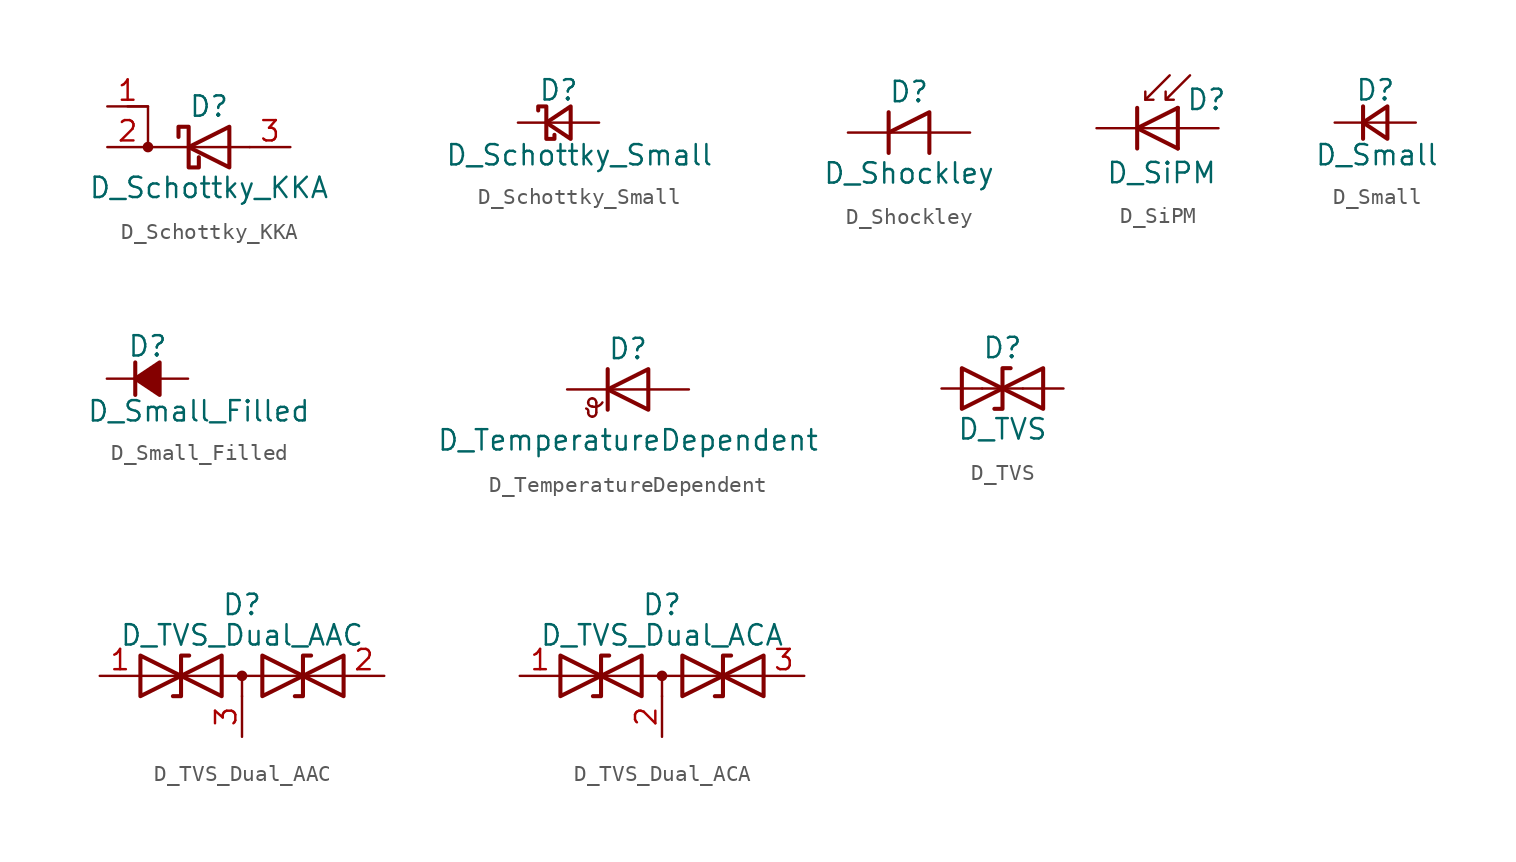
<source format=kicad_sym>
(kicad_symbol_lib
  (version 20211014)
  (generator kicad_symbol_editor)
  (symbol "D_Schottky_KKA"
    (pin_names
      (offset 0) hide)
    (property "Reference" "D"
      (at 0 2.54 0)
      (effects (font (size 1.27 1.27))))
    (property "Value" "D_Schottky_KKA"
      (at 0 -2.54 0)
      (effects (font (size 1.27 1.27))))
    (symbol "D_Schottky_KKA_0_1"
      (circle (center -3.81 0) (radius 0.254) (stroke (width 0) (type default) (color 0 0 0 0)) (fill (type outline)))
      (polyline (pts (xy -5.08 2.54) (xy -3.81 2.54) (xy -3.81 0) (xy 2.54 0)) (stroke (width 0) (type default) (color 0 0 0 0)) (fill (type none)))
      (polyline (pts (xy 1.27 1.27) (xy 1.27 -1.27) (xy -1.27 0) (xy 1.27 1.27)) (stroke (width 0.254) (type default) (color 0 0 0 0)) (fill (type none)))
      (polyline (pts (xy -1.905 0.635) (xy -1.905 1.27) (xy -1.27 1.27) (xy -1.27 -1.27) (xy -0.635 -1.27) (xy -0.635 -0.635)) (stroke (width 0.254) (type default) (color 0 0 0 0)) (fill (type none))))
    (symbol "D_Schottky_KKA_1_1"
      (pin input line (at -6.35 2.54 0) (length 2.54) (name "K" (effects (font (size 1.27 1.27)))) (number "1" (effects (font (size 1.27 1.27)))))
      (pin passive line (at -6.35 0 0) (length 2.54) (name "K" (effects (font (size 1.27 1.27)))) (number "2" (effects (font (size 1.27 1.27)))))
      (pin passive line (at 5.08 0 180) (length 2.54) (name "A" (effects (font (size 1.27 1.27)))) (number "3" (effects (font (size 1.27 1.27)))))))
  (symbol "D_Schottky_Small"
    (pin_numbers hide)
    (pin_names
      (offset 0.254) hide)
    (property "Reference" "D"
      (at -1.27 2.032 0)
      (effects (font (size 1.27 1.27)) (justify left)))
    (property "Value" "D_Schottky_Small"
      (at -7.112 -2.032 0)
      (effects (font (size 1.27 1.27)) (justify left)))
    (symbol "D_Schottky_Small_0_1"
      (polyline (pts (xy -0.762 0) (xy 0.762 0)) (stroke (width 0) (type default) (color 0 0 0 0)) (fill (type none)))
      (polyline (pts (xy 0.762 -1.016) (xy -0.762 0) (xy 0.762 1.016) (xy 0.762 -1.016)) (stroke (width 0.254) (type default) (color 0 0 0 0)) (fill (type none)))
      (polyline (pts (xy -1.27 0.762) (xy -1.27 1.016) (xy -0.762 1.016) (xy -0.762 -1.016) (xy -0.254 -1.016) (xy -0.254 -0.762)) (stroke (width 0.254) (type default) (color 0 0 0 0)) (fill (type none))))
    (symbol "D_Schottky_Small_1_1"
      (pin passive line (at -2.54 0 0) (length 1.778) (name "K" (effects (font (size 1.27 1.27)))) (number "1" (effects (font (size 1.27 1.27)))))
      (pin passive line (at 2.54 0 180) (length 1.778) (name "A" (effects (font (size 1.27 1.27)))) (number "2" (effects (font (size 1.27 1.27)))))))
  (symbol "D_Shockley"
    (pin_numbers hide)
    (pin_names
      (offset 1.016) hide)
    (property "Reference" "D"
      (at 0 2.54 0)
      (effects (font (size 1.27 1.27))))
    (property "Value" "D_Shockley"
      (at 0 -2.54 0)
      (effects (font (size 1.27 1.27))))
    (symbol "D_Shockley_0_1"
      (polyline (pts (xy -1.27 0) (xy 1.27 0)) (stroke (width 0) (type default) (color 0 0 0 0)) (fill (type none)))
      (polyline (pts (xy -1.27 1.27) (xy -1.27 -1.27)) (stroke (width 0.254) (type default) (color 0 0 0 0)) (fill (type none)))
      (polyline (pts (xy -1.27 0) (xy 1.27 1.27) (xy 1.27 -1.27)) (stroke (width 0.254) (type default) (color 0 0 0 0)) (fill (type none))))
    (symbol "D_Shockley_1_1"
      (pin passive line (at -3.81 0 0) (length 2.54) (name "K" (effects (font (size 1.27 1.27)))) (number "1" (effects (font (size 1.27 1.27)))))
      (pin passive line (at 3.81 0 180) (length 2.54) (name "A" (effects (font (size 1.27 1.27)))) (number "2" (effects (font (size 1.27 1.27)))))))
  (symbol "D_SiPM"
    (pin_numbers hide)
    (pin_names hide)
    (property "Reference" "D"
      (at 1.778 1.778 0)
      (effects (font (size 1.27 1.27)) (justify left)))
    (property "Value" "D_SiPM"
      (at 0.254 -2.794 0)
      (effects (font (size 1.27 1.27))))
    (symbol "D_SiPM_0_1"
      (polyline (pts (xy -1.27 0) (xy 1.27 0)) (stroke (width 0) (type default) (color 0 0 0 0)) (fill (type none)))
      (polyline (pts (xy -1.27 1.27) (xy -1.27 -1.27)) (stroke (width 0.254) (type default) (color 0 0 0 0)) (fill (type none)))
      (polyline (pts (xy -0.762 1.778) (xy -0.254 1.778)) (stroke (width 0) (type default) (color 0 0 0 0)) (fill (type none)))
      (polyline (pts (xy 1.27 1.27) (xy 1.27 -1.27)) (stroke (width 0.254) (type default) (color 0 0 0 0)) (fill (type none)))
      (polyline (pts (xy 0.762 3.302) (xy -0.762 1.778) (xy -0.762 2.286)) (stroke (width 0) (type default) (color 0 0 0 0)) (fill (type none)))
      (polyline (pts (xy 1.27 1.27) (xy -1.27 0) (xy 1.27 -1.27)) (stroke (width 0.254) (type default) (color 0 0 0 0)) (fill (type none)))
      (polyline (pts (xy 2.032 3.302) (xy 0.508 1.778) (xy 0.508 2.286) (xy 0.508 1.778) (xy 1.016 1.778)) (stroke (width 0) (type default) (color 0 0 0 0)) (fill (type none))))
    (symbol "D_SiPM_1_1"
      (pin passive line (at -3.81 0 0) (length 2.54) (name "K" (effects (font (size 1.27 1.27)))) (number "1" (effects (font (size 1.27 1.27)))))
      (pin passive line (at 3.81 0 180) (length 2.54) (name "A" (effects (font (size 1.27 1.27)))) (number "2" (effects (font (size 1.27 1.27)))))))
  (symbol "D_Small"
    (pin_numbers hide)
    (pin_names
      (offset 0.254) hide)
    (property "Reference" "D"
      (at -1.27 2.032 0)
      (effects (font (size 1.27 1.27)) (justify left)))
    (property "Value" "D_Small"
      (at -3.81 -2.032 0)
      (effects (font (size 1.27 1.27)) (justify left)))
    (symbol "D_Small_0_1"
      (polyline (pts (xy -0.762 -1.016) (xy -0.762 1.016)) (stroke (width 0.254) (type default) (color 0 0 0 0)) (fill (type none)))
      (polyline (pts (xy -0.762 0) (xy 0.762 0)) (stroke (width 0) (type default) (color 0 0 0 0)) (fill (type none)))
      (polyline (pts (xy 0.762 -1.016) (xy -0.762 0) (xy 0.762 1.016) (xy 0.762 -1.016)) (stroke (width 0.254) (type default) (color 0 0 0 0)) (fill (type none))))
    (symbol "D_Small_1_1"
      (pin passive line (at -2.54 0 0) (length 1.778) (name "K" (effects (font (size 1.27 1.27)))) (number "1" (effects (font (size 1.27 1.27)))))
      (pin passive line (at 2.54 0 180) (length 1.778) (name "A" (effects (font (size 1.27 1.27)))) (number "2" (effects (font (size 1.27 1.27)))))))
  (symbol "D_Small_Filled"
    (pin_numbers hide)
    (pin_names
      (offset 0.254) hide)
    (property "Reference" "D"
      (at -1.27 2.032 0)
      (effects (font (size 1.27 1.27)) (justify left)))
    (property "Value" "D_Small_Filled"
      (at -3.81 -2.032 0)
      (effects (font (size 1.27 1.27)) (justify left)))
    (symbol "D_Small_Filled_0_1"
      (polyline (pts (xy -0.762 -1.016) (xy -0.762 1.016)) (stroke (width 0.254) (type default) (color 0 0 0 0)) (fill (type none)))
      (polyline (pts (xy -0.762 0) (xy 0.762 0)) (stroke (width 0) (type default) (color 0 0 0 0)) (fill (type none)))
      (polyline (pts (xy 0.762 -1.016) (xy -0.762 0) (xy 0.762 1.016) (xy 0.762 -1.016)) (stroke (width 0.254) (type default) (color 0 0 0 0)) (fill (type outline))))
    (symbol "D_Small_Filled_1_1"
      (pin passive line (at -2.54 0 0) (length 1.778) (name "K" (effects (font (size 1.27 1.27)))) (number "1" (effects (font (size 1.27 1.27)))))
      (pin passive line (at 2.54 0 180) (length 1.778) (name "A" (effects (font (size 1.27 1.27)))) (number "2" (effects (font (size 1.27 1.27)))))))
  (symbol "D_TemperatureDependent"
    (pin_numbers hide)
    (pin_names
      (offset 1.016) hide)
    (property "Reference" "D"
      (at 0 2.54 0)
      (effects (font (size 1.27 1.27))))
    (property "Value" "D_TemperatureDependent"
      (at 0 -3.175 0)
      (effects (font (size 1.27 1.27))))
    (symbol "D_TemperatureDependent_0_1"
      (arc (start -2.4892 -1.4478) (mid -2.4917 -1.2903) (end -2.6162 -1.1938) (stroke (width 0) (type default) (color 0 0 0 0)) (fill (type none)))
      (arc (start -2.4892 -1.4478) (mid -2.4148 -1.6274) (end -2.2352 -1.7018) (stroke (width 0) (type default) (color 0 0 0 0)) (fill (type none)))
      (arc (start -2.4892 -0.8128) (mid -2.4148 -0.9924) (end -2.2352 -1.0668) (stroke (width 0) (type default) (color 0 0 0 0)) (fill (type none)))
      (arc (start -2.2352 -1.7018) (mid -2.0556 -1.6274) (end -1.9812 -1.4478) (stroke (width 0) (type default) (color 0 0 0 0)) (fill (type none)))
      (arc (start -2.2352 -1.0668) (mid -1.8752 -1.046) (end -1.6002 -0.8128) (stroke (width 0) (type default) (color 0 0 0 0)) (fill (type none)))
      (arc (start -2.2352 -0.5588) (mid -2.4148 -0.6332) (end -2.4892 -0.8128) (stroke (width 0) (type default) (color 0 0 0 0)) (fill (type none)))
      (arc (start -1.9812 -0.8128) (mid -2.0556 -0.6332) (end -2.2352 -0.5588) (stroke (width 0) (type default) (color 0 0 0 0)) (fill (type none)))
      (polyline (pts (xy -1.981 -1.422) (xy -1.981 -0.813)) (stroke (width 0) (type default) (color 0 0 0 0)) (fill (type none)))
      (polyline (pts (xy -1.27 1.27) (xy -1.27 -1.27)) (stroke (width 0.254) (type default) (color 0 0 0 0)) (fill (type none)))
      (polyline (pts (xy 1.27 0) (xy -1.27 0)) (stroke (width 0) (type default) (color 0 0 0 0)) (fill (type none)))
      (polyline (pts (xy 1.27 -1.27) (xy 1.27 1.27) (xy -1.27 0) (xy 1.27 -1.27)) (stroke (width 0.254) (type default) (color 0 0 0 0)) (fill (type none))))
    (symbol "D_TemperatureDependent_1_1"
      (pin passive line (at -3.81 0 0) (length 2.54) (name "K" (effects (font (size 1.27 1.27)))) (number "1" (effects (font (size 1.27 1.27)))))
      (pin passive line (at 3.81 0 180) (length 2.54) (name "A" (effects (font (size 1.27 1.27)))) (number "2" (effects (font (size 1.27 1.27)))))))
  (symbol "D_TVS"
    (pin_numbers hide)
    (pin_names
      (offset 1.016) hide)
    (property "Reference" "D"
      (at 0 2.54 0)
      (effects (font (size 1.27 1.27))))
    (property "Value" "D_TVS"
      (at 0 -2.54 0)
      (effects (font (size 1.27 1.27))))
    (symbol "D_TVS_0_1"
      (polyline (pts (xy 1.27 0) (xy -1.27 0)) (stroke (width 0) (type default) (color 0 0 0 0)) (fill (type none)))
      (polyline (pts (xy 0.508 1.27) (xy 0 1.27) (xy 0 -1.27) (xy -0.508 -1.27)) (stroke (width 0.254) (type default) (color 0 0 0 0)) (fill (type none)))
      (polyline (pts (xy -2.54 1.27) (xy -2.54 -1.27) (xy 2.54 1.27) (xy 2.54 -1.27) (xy -2.54 1.27)) (stroke (width 0.254) (type default) (color 0 0 0 0)) (fill (type none))))
    (symbol "D_TVS_1_1"
      (pin passive line (at -3.81 0 0) (length 2.54) (name "A1" (effects (font (size 1.27 1.27)))) (number "1" (effects (font (size 1.27 1.27)))))
      (pin passive line (at 3.81 0 180) (length 2.54) (name "A2" (effects (font (size 1.27 1.27)))) (number "2" (effects (font (size 1.27 1.27)))))))
  (symbol "D_TVS_Dual_AAC"
    (pin_names
      (offset 1.016) hide)
    (property "Reference" "D"
      (at 0 4.445 0)
      (effects (font (size 1.27 1.27))))
    (property "Value" "D_TVS_Dual_AAC"
      (at 0 2.54 0)
      (effects (font (size 1.27 1.27))))
    (symbol "D_TVS_Dual_AAC_0_0"
      (polyline (pts (xy 0 -1.27) (xy 0 0)) (stroke (width 0) (type default) (color 0 0 0 0)) (fill (type none))))
    (symbol "D_TVS_Dual_AAC_0_1"
      (polyline (pts (xy -6.35 0) (xy 6.35 0)) (stroke (width 0) (type default) (color 0 0 0 0)) (fill (type none)))
      (polyline (pts (xy -3.302 1.27) (xy -3.81 1.27) (xy -3.81 -1.27) (xy -4.318 -1.27)) (stroke (width 0.254) (type default) (color 0 0 0 0)) (fill (type none)))
      (polyline (pts (xy 4.318 1.27) (xy 3.81 1.27) (xy 3.81 -1.27) (xy 3.302 -1.27)) (stroke (width 0.254) (type default) (color 0 0 0 0)) (fill (type none)))
      (polyline (pts (xy -6.35 1.27) (xy -1.27 -1.27) (xy -1.27 1.27) (xy -6.35 -1.27) (xy -6.35 1.27)) (stroke (width 0.254) (type default) (color 0 0 0 0)) (fill (type none)))
      (polyline (pts (xy 6.35 1.27) (xy 1.27 -1.27) (xy 1.27 1.27) (xy 6.35 -1.27) (xy 6.35 1.27)) (stroke (width 0.254) (type default) (color 0 0 0 0)) (fill (type none)))
      (circle (center 0 0) (radius 0.254) (stroke (width 0) (type default) (color 0 0 0 0)) (fill (type outline))))
    (symbol "D_TVS_Dual_AAC_1_1"
      (pin passive line (at -8.89 0 0) (length 2.54) (name "A1" (effects (font (size 1.27 1.27)))) (number "1" (effects (font (size 1.27 1.27)))))
      (pin passive line (at 8.89 0 180) (length 2.54) (name "A2" (effects (font (size 1.27 1.27)))) (number "2" (effects (font (size 1.27 1.27)))))
      (pin input line (at 0 -3.81 90) (length 2.54) (name "common" (effects (font (size 1.27 1.27)))) (number "3" (effects (font (size 1.27 1.27)))))))
  (symbol "D_TVS_Dual_ACA"
    (pin_names
      (offset 1.016) hide)
    (property "Reference" "D"
      (at 0 4.445 0)
      (effects (font (size 1.27 1.27))))
    (property "Value" "D_TVS_Dual_ACA"
      (at 0 2.54 0)
      (effects (font (size 1.27 1.27))))
    (symbol "D_TVS_Dual_ACA_0_0"
      (polyline (pts (xy -6.35 -1.27) (xy -1.27 1.27) (xy -1.27 -1.27) (xy -6.35 1.27) (xy -6.35 -1.27)) (stroke (width 0.254) (type default) (color 0 0 0 0)) (fill (type none)))
      (polyline (pts (xy 1.27 1.27) (xy 1.27 -1.27) (xy 6.35 1.27) (xy 6.35 -1.27) (xy 1.27 1.27)) (stroke (width 0.254) (type default) (color 0 0 0 0)) (fill (type none))))
    (symbol "D_TVS_Dual_ACA_0_1"
      (polyline (pts (xy -6.35 0) (xy 6.35 0)) (stroke (width 0) (type default) (color 0 0 0 0)) (fill (type none)))
      (polyline (pts (xy 0 0) (xy 0 -1.27)) (stroke (width 0) (type default) (color 0 0 0 0)) (fill (type none)))
      (polyline (pts (xy -3.302 1.27) (xy -3.81 1.27) (xy -3.81 -1.27) (xy -4.318 -1.27)) (stroke (width 0.254) (type default) (color 0 0 0 0)) (fill (type none)))
      (polyline (pts (xy 4.318 1.27) (xy 3.81 1.27) (xy 3.81 -1.27) (xy 3.302 -1.27)) (stroke (width 0.254) (type default) (color 0 0 0 0)) (fill (type none)))
      (circle (center 0 0) (radius 0.254) (stroke (width 0) (type default) (color 0 0 0 0)) (fill (type outline))))
    (symbol "D_TVS_Dual_ACA_1_1"
      (pin passive line (at -8.89 0 0) (length 2.54) (name "A1" (effects (font (size 1.27 1.27)))) (number "1" (effects (font (size 1.27 1.27)))))
      (pin input line (at 0 -3.81 90) (length 2.54) (name "common" (effects (font (size 1.27 1.27)))) (number "2" (effects (font (size 1.27 1.27)))))
      (pin passive line (at 8.89 0 180) (length 2.54) (name "A2" (effects (font (size 1.27 1.27)))) (number "3" (effects (font (size 1.27 1.27))))))))
</source>
